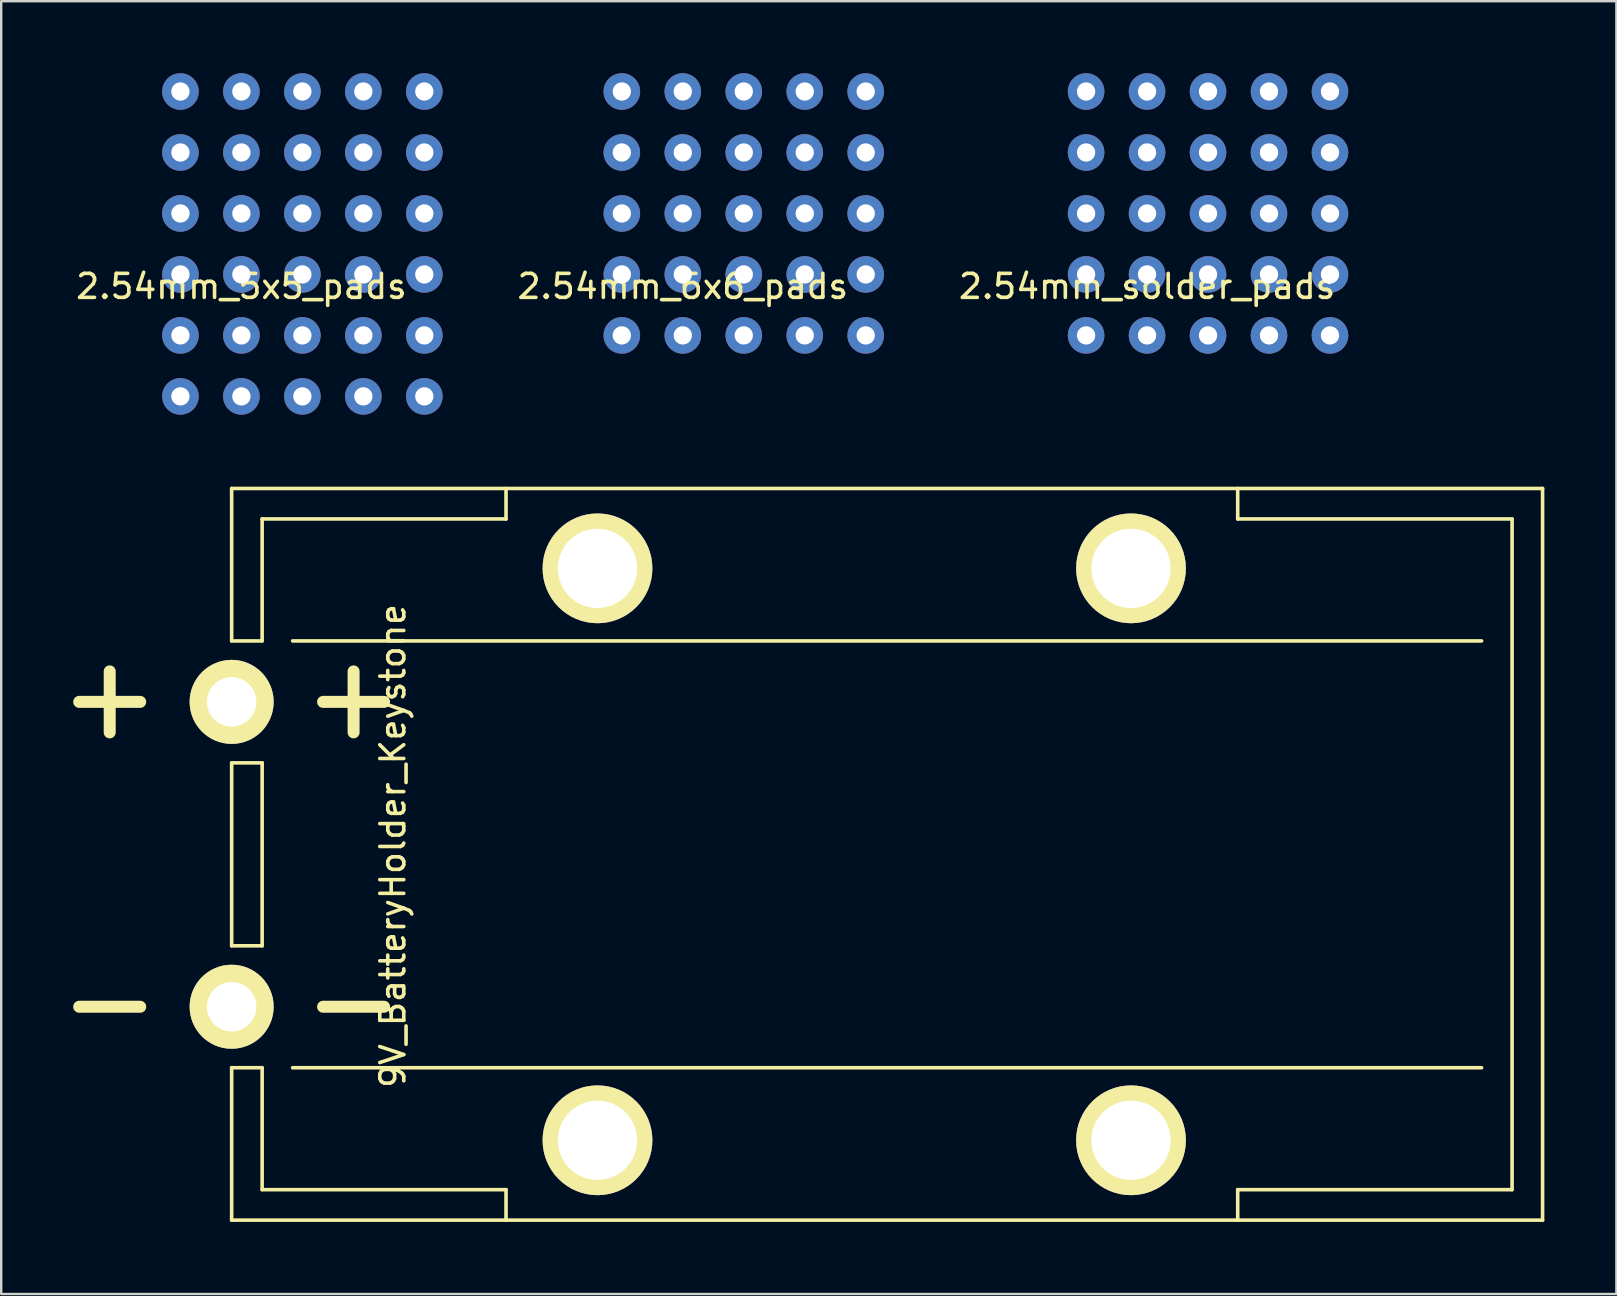
<source format=kicad_pcb>
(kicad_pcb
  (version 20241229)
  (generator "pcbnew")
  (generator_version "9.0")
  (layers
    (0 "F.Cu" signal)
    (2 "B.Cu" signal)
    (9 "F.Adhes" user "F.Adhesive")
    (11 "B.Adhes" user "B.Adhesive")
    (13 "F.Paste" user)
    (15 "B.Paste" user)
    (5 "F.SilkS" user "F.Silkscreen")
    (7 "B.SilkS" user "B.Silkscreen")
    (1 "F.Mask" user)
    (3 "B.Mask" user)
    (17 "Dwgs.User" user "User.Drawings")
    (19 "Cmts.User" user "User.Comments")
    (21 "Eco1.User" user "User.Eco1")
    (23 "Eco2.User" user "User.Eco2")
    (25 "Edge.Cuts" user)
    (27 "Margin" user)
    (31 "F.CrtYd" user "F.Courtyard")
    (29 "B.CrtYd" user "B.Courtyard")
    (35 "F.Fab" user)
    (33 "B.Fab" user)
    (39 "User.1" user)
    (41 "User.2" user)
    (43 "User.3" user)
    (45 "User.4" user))
  (footprint "2.54mm_solder_pads"
    (layer "F.Cu")
    (at 44.734 8.382)
    (property "Reference" "2.54mm_solder_pads" (at 0 0.5 0) (layer "F.SilkS") (effects (font (size 1 1) (thickness 0.15))))
    (attr through_hole)
    (pad "1" thru_hole circle (at -2.54 -5.08) (size 1.524 1.524) (drill 0.762) (layers "*.Cu"))
    (pad "2" thru_hole circle (at 0 -5.08) (size 1.524 1.524) (drill 0.762) (layers "*.Cu"))
    (pad "3" thru_hole circle (at 2.54 -5.08) (size 1.524 1.524) (drill 0.762) (layers "*.Cu"))
    (pad "4" thru_hole circle (at 5.08 -5.08) (size 1.524 1.524) (drill 0.762) (layers "*.Cu"))
    (pad "5" thru_hole circle (at 5.08 -2.54) (size 1.524 1.524) (drill 0.762) (layers "*.Cu"))
    (pad "6" thru_hole circle (at 2.54 -2.54) (size 1.524 1.524) (drill 0.762) (layers "*.Cu"))
    (pad "7" thru_hole circle (at 0 -2.54) (size 1.524 1.524) (drill 0.762) (layers "*.Cu"))
    (pad "8" thru_hole circle (at -2.54 -2.54) (size 1.524 1.524) (drill 0.762) (layers "*.Cu"))
    (pad "9" thru_hole circle (at -2.54 -7.62) (size 1.524 1.524) (drill 0.762) (layers "*.Cu"))
    (pad "10" thru_hole circle (at 0 -7.62) (size 1.524 1.524) (drill 0.762) (layers "*.Cu"))
    (pad "11" thru_hole circle (at 2.54 -7.62) (size 1.524 1.524) (drill 0.762) (layers "*.Cu"))
    (pad "12" thru_hole circle (at 5.08 -7.62) (size 1.524 1.524) (drill 0.762) (layers "*.Cu"))
    (pad "13" thru_hole circle (at -2.54 0) (size 1.524 1.524) (drill 0.762) (layers "*.Cu"))
    (pad "14" thru_hole circle (at 0 0) (size 1.524 1.524) (drill 0.762) (layers "*.Cu"))
    (pad "15" thru_hole circle (at 2.54 0) (size 1.524 1.524) (drill 0.762) (layers "*.Cu"))
    (pad "16" thru_hole circle (at 5.08 0) (size 1.524 1.524) (drill 0.762) (layers "*.Cu"))
    (pad "17" thru_hole circle (at 7.62 0) (size 1.524 1.524) (drill 0.762) (layers "*.Cu"))
    (pad "18" thru_hole circle (at 7.62 -2.54) (size 1.524 1.524) (drill 0.762) (layers "*.Cu"))
    (pad "19" thru_hole circle (at 7.62 -5.08) (size 1.524 1.524) (drill 0.762) (layers "*.Cu"))
    (pad "20" thru_hole circle (at 7.62 -7.62) (size 1.524 1.524) (drill 0.762) (layers "*.Cu"))
    (pad "21" thru_hole circle (at -2.54 2.54) (size 1.524 1.524) (drill 0.762) (layers "*.Cu"))
    (pad "22" thru_hole circle (at 0 2.54) (size 1.524 1.524) (drill 0.762) (layers "*.Cu"))
    (pad "23" thru_hole circle (at 2.54 2.54) (size 1.524 1.524) (drill 0.762) (layers "*.Cu"))
    (pad "24" thru_hole circle (at 5.08 2.54) (size 1.524 1.524) (drill 0.762) (layers "*.Cu"))
    (pad "25" thru_hole circle (at 7.62 2.54) (size 1.524 1.524) (drill 0.762) (layers "*.Cu")))
  (footprint "9V_BatteryHolder_Keystone"
    (layer "F.Cu")
    (at 6.6 26.189)
    (property "Reference" "9V_BatteryHolder_Keystone" (at 6.715 6 90) (layer "F.SilkS") (effects (font (size 1 1) (thickness 0.15))))
    (attr through_hole)
    (fp_line (start -5.08 -1.27) (end -5.08 1.27) (stroke (width 0.5) (type solid)) (layer "F.SilkS"))
    (fp_line (start -3.81 0) (end -6.35 0) (stroke (width 0.5) (type solid)) (layer "F.SilkS"))
    (fp_line (start -3.81 12.7) (end -6.35 12.7) (stroke (width 0.5) (type solid)) (layer "F.SilkS"))
    (fp_line (start 0 -8.89) (end 0 -2.54) (stroke (width 0.15) (type solid)) (layer "F.SilkS"))
    (fp_line (start 0 -8.89) (end 54.61 -8.89) (stroke (width 0.15) (type solid)) (layer "F.SilkS"))
    (fp_line (start 0 -2.54) (end 1.27 -2.54) (stroke (width 0.15) (type solid)) (layer "F.SilkS"))
    (fp_line (start 0 2.54) (end 0 10.16) (stroke (width 0.15) (type solid)) (layer "F.SilkS"))
    (fp_line (start 0 15.24) (end 0 21.59) (stroke (width 0.15) (type solid)) (layer "F.SilkS"))
    (fp_line (start 0 21.59) (end 54.61 21.59) (stroke (width 0.15) (type solid)) (layer "F.SilkS"))
    (fp_line (start 1.27 -7.62) (end 11.43 -7.62) (stroke (width 0.15) (type solid)) (layer "F.SilkS"))
    (fp_line (start 1.27 -2.54) (end 1.27 -7.62) (stroke (width 0.15) (type solid)) (layer "F.SilkS"))
    (fp_line (start 1.27 2.54) (end 0 2.54) (stroke (width 0.15) (type solid)) (layer "F.SilkS"))
    (fp_line (start 1.27 2.54) (end 1.27 10.16) (stroke (width 0.15) (type solid)) (layer "F.SilkS"))
    (fp_line (start 1.27 10.16) (end 0 10.16) (stroke (width 0.15) (type solid)) (layer "F.SilkS"))
    (fp_line (start 1.27 15.24) (end 0 15.24) (stroke (width 0.15) (type solid)) (layer "F.SilkS"))
    (fp_line (start 1.27 15.24) (end 1.27 20.32) (stroke (width 0.15) (type solid)) (layer "F.SilkS"))
    (fp_line (start 1.27 20.32) (end 11.43 20.32) (stroke (width 0.15) (type solid)) (layer "F.SilkS"))
    (fp_line (start 2.54 15.24) (end 52.07 15.24) (stroke (width 0.15) (type solid)) (layer "F.SilkS"))
    (fp_line (start 3.81 0) (end 6.35 0) (stroke (width 0.5) (type solid)) (layer "F.SilkS"))
    (fp_line (start 3.81 12.7) (end 6.35 12.7) (stroke (width 0.5) (type solid)) (layer "F.SilkS"))
    (fp_line (start 5.08 -1.27) (end 5.08 1.27) (stroke (width 0.5) (type solid)) (layer "F.SilkS"))
    (fp_line (start 11.43 -7.62) (end 11.43 -8.89) (stroke (width 0.15) (type solid)) (layer "F.SilkS"))
    (fp_line (start 11.43 20.32) (end 11.43 21.59) (stroke (width 0.15) (type solid)) (layer "F.SilkS"))
    (fp_line (start 41.91 -8.89) (end 41.91 -7.62) (stroke (width 0.15) (type solid)) (layer "F.SilkS"))
    (fp_line (start 41.91 -7.62) (end 53.34 -7.62) (stroke (width 0.15) (type solid)) (layer "F.SilkS"))
    (fp_line (start 41.91 20.32) (end 41.91 21.59) (stroke (width 0.15) (type solid)) (layer "F.SilkS"))
    (fp_line (start 52.07 -2.54) (end 2.54 -2.54) (stroke (width 0.15) (type solid)) (layer "F.SilkS"))
    (fp_line (start 53.34 -7.62) (end 53.34 20.32) (stroke (width 0.15) (type solid)) (layer "F.SilkS"))
    (fp_line (start 53.34 20.32) (end 41.91 20.32) (stroke (width 0.15) (type solid)) (layer "F.SilkS"))
    (fp_line (start 54.61 21.59) (end 54.61 -8.89) (stroke (width 0.15) (type solid)) (layer "F.SilkS"))
    (pad "+" thru_hole circle (at 0 0) (size 3.5 3.5) (drill 2.06) (layers "*.Cu" "*.Mask" "F.SilkS"))
    (pad "-" thru_hole circle (at 0 12.7) (size 3.5 3.5) (drill 2.06) (layers "*.Cu" "*.Mask" "F.SilkS"))
    (pad "3" thru_hole circle (at 15.24 -5.563) (size 4.572 4.572) (drill 3.302) (layers "*.Cu" "*.Mask" "F.SilkS"))
    (pad "3" thru_hole circle (at 15.24 18.263) (size 4.572 4.572) (drill 3.302) (layers "*.Cu" "*.Mask" "F.SilkS"))
    (pad "3" thru_hole circle (at 37.465 -5.563) (size 4.572 4.572) (drill 3.302) (layers "*.Cu" "*.Mask" "F.SilkS"))
    (pad "3" thru_hole circle (at 37.465 18.263) (size 4.572 4.572) (drill 3.302) (layers "*.Cu" "*.Mask" "F.SilkS")))
  (footprint "2.54mm_5x5_pads"
    (layer "F.Cu")
    (at 7.006 8.382)
    (property "Reference" "2.54mm_5x5_pads" (at 0 0.5 0) (layer "F.SilkS") (effects (font (size 1 1) (thickness 0.15))))
    (attr through_hole)
    (pad "1" thru_hole circle (at -2.54 -5.08) (size 1.524 1.524) (drill 0.762) (layers "*.Cu"))
    (pad "2" thru_hole circle (at 0 -5.08) (size 1.524 1.524) (drill 0.762) (layers "*.Cu"))
    (pad "3" thru_hole circle (at 2.54 -5.08) (size 1.524 1.524) (drill 0.762) (layers "*.Cu"))
    (pad "4" thru_hole circle (at 5.08 -5.08) (size 1.524 1.524) (drill 0.762) (layers "*.Cu"))
    (pad "5" thru_hole circle (at 5.08 -2.54) (size 1.524 1.524) (drill 0.762) (layers "*.Cu"))
    (pad "6" thru_hole circle (at 2.54 -2.54) (size 1.524 1.524) (drill 0.762) (layers "*.Cu"))
    (pad "7" thru_hole circle (at 0 -2.54) (size 1.524 1.524) (drill 0.762) (layers "*.Cu"))
    (pad "8" thru_hole circle (at -2.54 -2.54) (size 1.524 1.524) (drill 0.762) (layers "*.Cu"))
    (pad "9" thru_hole circle (at -2.54 -7.62) (size 1.524 1.524) (drill 0.762) (layers "*.Cu"))
    (pad "10" thru_hole circle (at 0 -7.62) (size 1.524 1.524) (drill 0.762) (layers "*.Cu"))
    (pad "11" thru_hole circle (at 2.54 -7.62) (size 1.524 1.524) (drill 0.762) (layers "*.Cu"))
    (pad "12" thru_hole circle (at 5.08 -7.62) (size 1.524 1.524) (drill 0.762) (layers "*.Cu"))
    (pad "13" thru_hole circle (at -2.54 0) (size 1.524 1.524) (drill 0.762) (layers "*.Cu"))
    (pad "14" thru_hole circle (at 0 0) (size 1.524 1.524) (drill 0.762) (layers "*.Cu"))
    (pad "15" thru_hole circle (at 2.54 0) (size 1.524 1.524) (drill 0.762) (layers "*.Cu"))
    (pad "16" thru_hole circle (at 5.08 0) (size 1.524 1.524) (drill 0.762) (layers "*.Cu"))
    (pad "17" thru_hole circle (at 7.62 0) (size 1.524 1.524) (drill 0.762) (layers "*.Cu"))
    (pad "18" thru_hole circle (at 7.62 -2.54) (size 1.524 1.524) (drill 0.762) (layers "*.Cu"))
    (pad "19" thru_hole circle (at 7.62 -5.08) (size 1.524 1.524) (drill 0.762) (layers "*.Cu"))
    (pad "20" thru_hole circle (at 7.62 -7.62) (size 1.524 1.524) (drill 0.762) (layers "*.Cu"))
    (pad "21" thru_hole circle (at -2.54 2.54) (size 1.524 1.524) (drill 0.762) (layers "*.Cu"))
    (pad "22" thru_hole circle (at 0 2.54) (size 1.524 1.524) (drill 0.762) (layers "*.Cu"))
    (pad "23" thru_hole circle (at 2.54 2.54) (size 1.524 1.524) (drill 0.762) (layers "*.Cu"))
    (pad "24" thru_hole circle (at 5.08 2.54) (size 1.524 1.524) (drill 0.762) (layers "*.Cu"))
    (pad "25" thru_hole circle (at 7.62 2.54) (size 1.524 1.524) (drill 0.762) (layers "*.Cu"))
    (pad "26" thru_hole circle (at -2.54 5.08) (size 1.524 1.524) (drill 0.762) (layers "*.Cu"))
    (pad "27" thru_hole circle (at 0 5.08) (size 1.524 1.524) (drill 0.762) (layers "*.Cu"))
    (pad "28" thru_hole circle (at 2.54 5.08) (size 1.524 1.524) (drill 0.762) (layers "*.Cu"))
    (pad "29" thru_hole circle (at 5.08 5.08) (size 1.524 1.524) (drill 0.762) (layers "*.Cu"))
    (pad "30" thru_hole circle (at 7.62 5.08) (size 1.524 1.524) (drill 0.762) (layers "*.Cu")))
  (footprint "2.54mm_6x6_pads"
    (layer "F.Cu")
    (at 25.394 8.382)
    (property "Reference" "2.54mm_6x6_pads" (at 0 0.5 0) (layer "F.SilkS") (effects (font (size 1 1) (thickness 0.15))))
    (attr through_hole)
    (pad "1" thru_hole circle (at -2.54 -5.08) (size 1.524 1.524) (drill 0.762) (layers "*.Cu"))
    (pad "2" thru_hole circle (at 0 -5.08) (size 1.524 1.524) (drill 0.762) (layers "*.Cu"))
    (pad "3" thru_hole circle (at 2.54 -5.08) (size 1.524 1.524) (drill 0.762) (layers "*.Cu"))
    (pad "4" thru_hole circle (at 5.08 -5.08) (size 1.524 1.524) (drill 0.762) (layers "*.Cu"))
    (pad "5" thru_hole circle (at 5.08 -2.54) (size 1.524 1.524) (drill 0.762) (layers "*.Cu"))
    (pad "6" thru_hole circle (at 2.54 -2.54) (size 1.524 1.524) (drill 0.762) (layers "*.Cu"))
    (pad "7" thru_hole circle (at 0 -2.54) (size 1.524 1.524) (drill 0.762) (layers "*.Cu"))
    (pad "8" thru_hole circle (at -2.54 -2.54) (size 1.524 1.524) (drill 0.762) (layers "*.Cu"))
    (pad "9" thru_hole circle (at -2.54 -7.62) (size 1.524 1.524) (drill 0.762) (layers "*.Cu"))
    (pad "10" thru_hole circle (at 0 -7.62) (size 1.524 1.524) (drill 0.762) (layers "*.Cu"))
    (pad "11" thru_hole circle (at 2.54 -7.62) (size 1.524 1.524) (drill 0.762) (layers "*.Cu"))
    (pad "12" thru_hole circle (at 5.08 -7.62) (size 1.524 1.524) (drill 0.762) (layers "*.Cu"))
    (pad "13" thru_hole circle (at -2.54 0) (size 1.524 1.524) (drill 0.762) (layers "*.Cu"))
    (pad "14" thru_hole circle (at 0 0) (size 1.524 1.524) (drill 0.762) (layers "*.Cu"))
    (pad "15" thru_hole circle (at 2.54 0) (size 1.524 1.524) (drill 0.762) (layers "*.Cu"))
    (pad "16" thru_hole circle (at 5.08 0) (size 1.524 1.524) (drill 0.762) (layers "*.Cu"))
    (pad "17" thru_hole circle (at 7.62 0) (size 1.524 1.524) (drill 0.762) (layers "*.Cu"))
    (pad "18" thru_hole circle (at 7.62 -2.54) (size 1.524 1.524) (drill 0.762) (layers "*.Cu"))
    (pad "19" thru_hole circle (at 7.62 -5.08) (size 1.524 1.524) (drill 0.762) (layers "*.Cu"))
    (pad "20" thru_hole circle (at 7.62 -7.62) (size 1.524 1.524) (drill 0.762) (layers "*.Cu"))
    (pad "21" thru_hole circle (at -2.54 2.54) (size 1.524 1.524) (drill 0.762) (layers "*.Cu"))
    (pad "22" thru_hole circle (at 0 2.54) (size 1.524 1.524) (drill 0.762) (layers "*.Cu"))
    (pad "23" thru_hole circle (at 2.54 2.54) (size 1.524 1.524) (drill 0.762) (layers "*.Cu"))
    (pad "24" thru_hole circle (at 5.08 2.54) (size 1.524 1.524) (drill 0.762) (layers "*.Cu"))
    (pad "25" thru_hole circle (at 7.62 2.54) (size 1.524 1.524) (drill 0.762) (layers "*.Cu")))
  (gr_rect
    (start -3 -3)
    (end 64.285 50.854)
    (stroke (width 0.1) (type default))
    (fill no)
    (layer "Edge.Cuts")))
</source>
